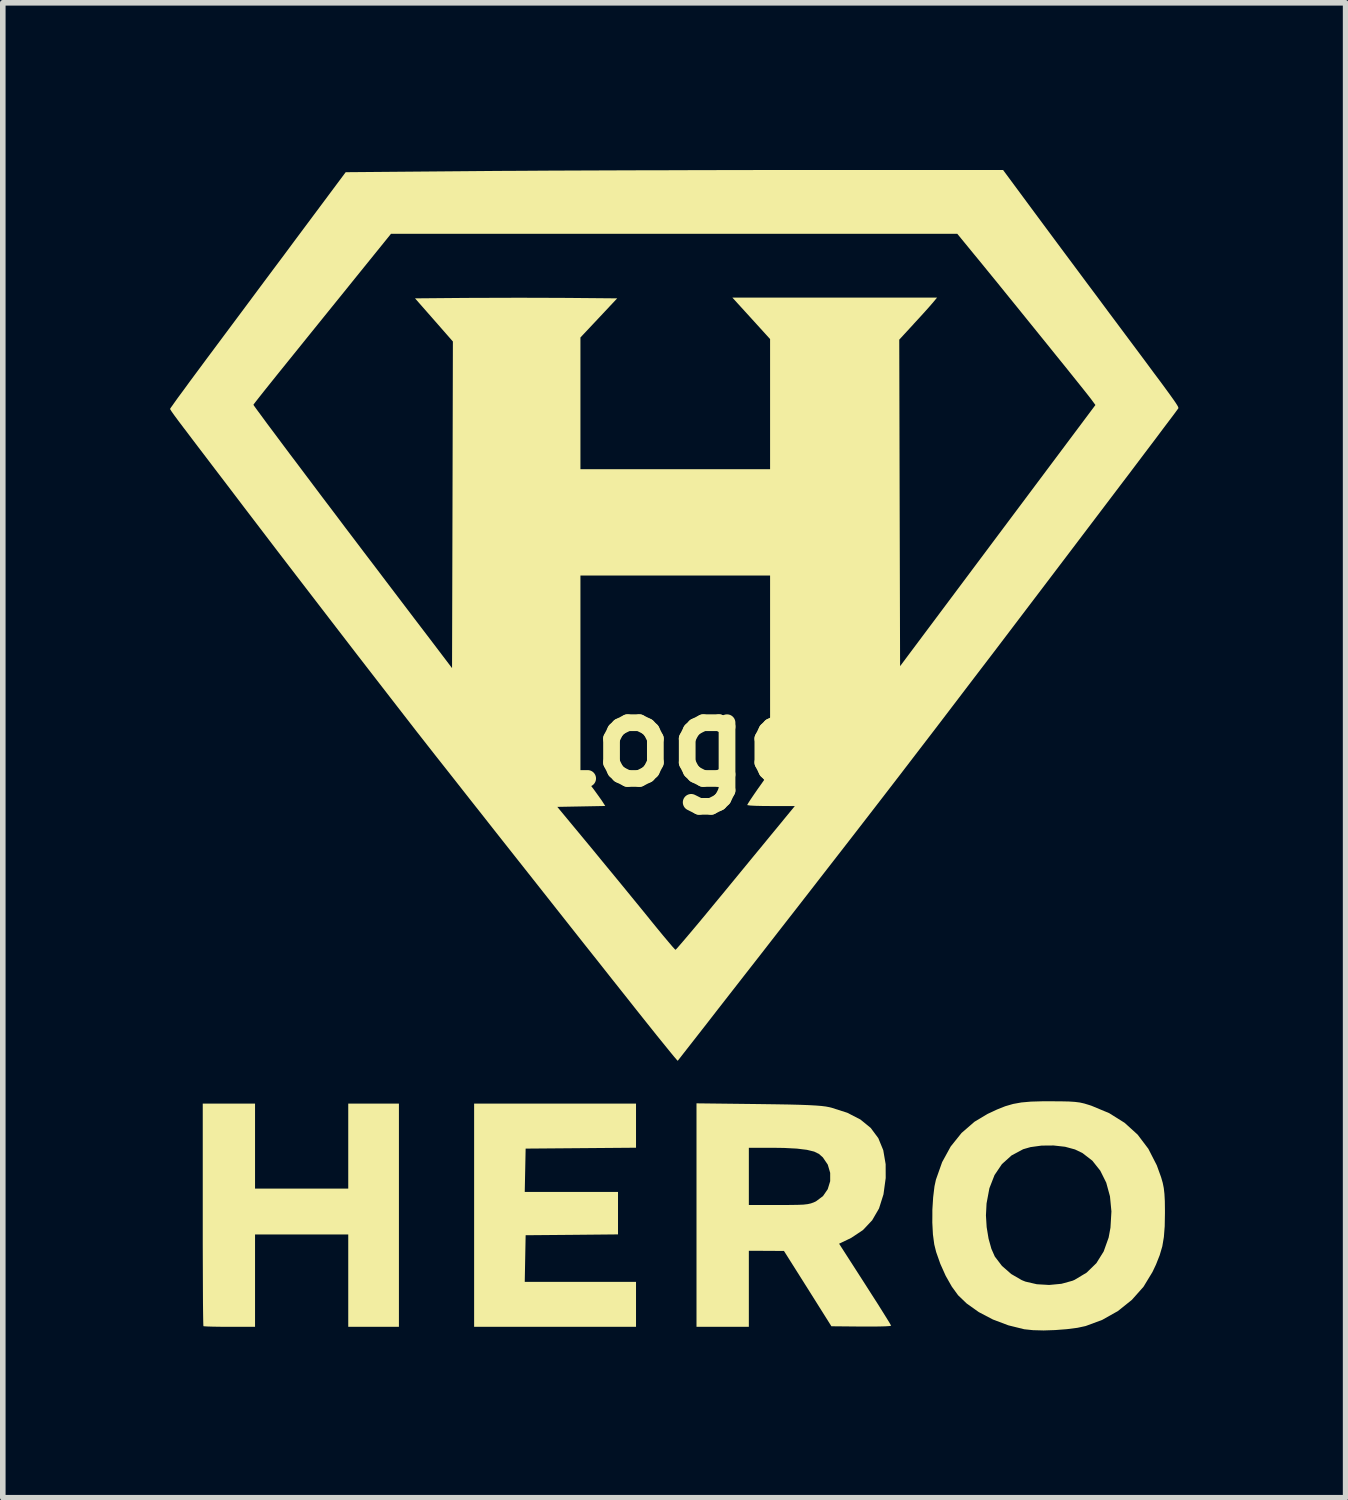
<source format=kicad_pcb>
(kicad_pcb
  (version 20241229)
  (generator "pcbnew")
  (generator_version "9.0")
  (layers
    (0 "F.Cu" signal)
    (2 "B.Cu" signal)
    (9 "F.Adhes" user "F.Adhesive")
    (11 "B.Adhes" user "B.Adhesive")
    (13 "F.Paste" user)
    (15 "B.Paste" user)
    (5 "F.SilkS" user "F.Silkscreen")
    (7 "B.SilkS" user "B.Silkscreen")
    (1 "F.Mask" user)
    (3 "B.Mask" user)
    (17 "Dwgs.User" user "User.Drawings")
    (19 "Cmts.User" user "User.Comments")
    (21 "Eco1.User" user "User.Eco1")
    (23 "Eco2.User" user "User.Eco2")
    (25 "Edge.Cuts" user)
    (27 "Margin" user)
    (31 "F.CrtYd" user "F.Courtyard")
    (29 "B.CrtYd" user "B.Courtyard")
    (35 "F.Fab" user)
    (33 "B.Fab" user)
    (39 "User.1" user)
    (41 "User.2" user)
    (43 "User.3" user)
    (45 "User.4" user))
  (footprint "Logo"
    (layer "F.Cu")
    (at 9.063 10.236)
    (property "Reference" "Logo" (at 0 0 0) (layer "F.SilkS") (effects (font (size 1.5 1.5) (thickness 0.3))))
    (attr board_only exclude_from_pos_files exclude_from_bom)
    (fp_poly (pts (xy -0.704 6.907) (xy -0.704 7.302) (xy -1.694 7.31) (xy -2.684 7.318) (xy -2.692 7.707) (xy -2.7 8.095) (xy -1.863 8.095) (xy -1.027 8.095) (xy -1.027 8.476) (xy -1.027 8.857) (xy -1.855 8.865) (xy -2.684 8.872) (xy -2.692 9.29) (xy -2.7 9.708) (xy -1.702 9.708) (xy -0.704 9.708) (xy -0.704 10.112) (xy -0.704 10.515) (xy -2.156 10.515) (xy -3.608 10.515) (xy -3.608 8.513) (xy -3.608 6.511) (xy -2.156 6.511) (xy -0.704 6.511)) (stroke (width 0) (type solid)) (fill yes) (layer "F.SilkS"))
    (fp_poly (pts (xy -7.538 7.274) (xy -7.538 8.036) (xy -6.702 8.036) (xy -5.866 8.036) (xy -5.866 7.274) (xy -5.866 6.511) (xy -5.411 6.511) (xy -4.957 6.511) (xy -4.957 8.513) (xy -4.957 10.515) (xy -5.411 10.515) (xy -5.866 10.515) (xy -5.866 9.686) (xy -5.866 8.858) (xy -6.702 8.858) (xy -7.538 8.858) (xy -7.538 9.686) (xy -7.538 10.515) (xy -7.995 10.515) (xy -8.152 10.514) (xy -8.288 10.512) (xy -8.391 10.509) (xy -8.452 10.505) (xy -8.464 10.503) (xy -8.466 10.472) (xy -8.468 10.388) (xy -8.47 10.254) (xy -8.472 10.076) (xy -8.473 9.859) (xy -8.474 9.607) (xy -8.475 9.326) (xy -8.476 9.019) (xy -8.476 8.692) (xy -8.476 8.501) (xy -8.476 6.511) (xy -8.007 6.511) (xy -7.538 6.511)) (stroke (width 0) (type solid)) (fill yes) (layer "F.SilkS"))
    (fp_poly (pts (xy 1.489 6.519) (xy 1.786 6.523) (xy 2.031 6.527) (xy 2.231 6.532) (xy 2.391 6.538) (xy 2.519 6.545) (xy 2.62 6.553) (xy 2.701 6.563) (xy 2.769 6.576) (xy 2.801 6.584) (xy 3.086 6.675) (xy 3.321 6.796) (xy 3.506 6.947) (xy 3.642 7.13) (xy 3.731 7.346) (xy 3.774 7.597) (xy 3.775 7.846) (xy 3.735 8.139) (xy 3.655 8.392) (xy 3.532 8.604) (xy 3.367 8.779) (xy 3.157 8.919) (xy 3.104 8.945) (xy 2.939 9.024) (xy 3.405 9.749) (xy 3.523 9.934) (xy 3.631 10.102) (xy 3.723 10.249) (xy 3.796 10.366) (xy 3.847 10.449) (xy 3.87 10.491) (xy 3.872 10.495) (xy 3.844 10.501) (xy 3.767 10.506) (xy 3.649 10.509) (xy 3.5 10.51) (xy 3.336 10.51) (xy 2.801 10.505) (xy 2.376 9.829) (xy 1.95 9.154) (xy 1.635 9.152) (xy 1.32 9.151) (xy 1.32 9.833) (xy 1.32 10.515) (xy 0.851 10.515) (xy 0.381 10.515) (xy 0.381 8.511) (xy 0.381 7.817) (xy 1.32 7.817) (xy 1.32 8.33) (xy 1.856 8.33) (xy 2.049 8.329) (xy 2.193 8.327) (xy 2.298 8.323) (xy 2.375 8.314) (xy 2.433 8.301) (xy 2.483 8.283) (xy 2.524 8.264) (xy 2.65 8.17) (xy 2.735 8.046) (xy 2.779 7.903) (xy 2.779 7.753) (xy 2.736 7.606) (xy 2.648 7.476) (xy 2.579 7.415) (xy 2.493 7.372) (xy 2.362 7.34) (xy 2.182 7.318) (xy 1.951 7.306) (xy 1.738 7.303) (xy 1.32 7.303) (xy 1.32 7.817) (xy 0.381 7.817) (xy 0.381 6.506)) (stroke (width 0) (type solid)) (fill yes) (layer "F.SilkS"))
    (fp_poly (pts (xy 6.919 6.47) (xy 7.06 6.473) (xy 7.169 6.48) (xy 7.257 6.491) (xy 7.337 6.509) (xy 7.422 6.535) (xy 7.465 6.549) (xy 7.784 6.682) (xy 8.06 6.855) (xy 8.294 7.067) (xy 8.486 7.321) (xy 8.638 7.618) (xy 8.715 7.831) (xy 8.744 7.931) (xy 8.763 8.025) (xy 8.775 8.13) (xy 8.782 8.259) (xy 8.784 8.428) (xy 8.784 8.476) (xy 8.78 8.71) (xy 8.765 8.903) (xy 8.737 9.07) (xy 8.69 9.23) (xy 8.623 9.399) (xy 8.56 9.532) (xy 8.399 9.797) (xy 8.191 10.031) (xy 7.942 10.231) (xy 7.658 10.391) (xy 7.361 10.501) (xy 7.212 10.533) (xy 7.024 10.557) (xy 6.816 10.573) (xy 6.608 10.58) (xy 6.418 10.575) (xy 6.265 10.559) (xy 6.262 10.559) (xy 5.975 10.488) (xy 5.699 10.384) (xy 5.445 10.251) (xy 5.227 10.096) (xy 5.074 9.949) (xy 4.961 9.794) (xy 4.851 9.6) (xy 4.755 9.386) (xy 4.68 9.173) (xy 4.646 9.036) (xy 4.622 8.857) (xy 4.611 8.644) (xy 4.612 8.517) (xy 5.573 8.517) (xy 5.586 8.727) (xy 5.62 8.933) (xy 5.671 9.116) (xy 5.732 9.254) (xy 5.86 9.422) (xy 6.027 9.568) (xy 6.215 9.677) (xy 6.282 9.704) (xy 6.486 9.751) (xy 6.708 9.764) (xy 6.928 9.743) (xy 7.124 9.689) (xy 7.162 9.673) (xy 7.379 9.543) (xy 7.554 9.373) (xy 7.685 9.163) (xy 7.774 8.914) (xy 7.807 8.736) (xy 7.824 8.445) (xy 7.798 8.174) (xy 7.731 7.929) (xy 7.624 7.714) (xy 7.482 7.535) (xy 7.305 7.398) (xy 7.17 7.333) (xy 6.993 7.285) (xy 6.786 7.262) (xy 6.572 7.264) (xy 6.373 7.291) (xy 6.241 7.329) (xy 6.032 7.441) (xy 5.86 7.596) (xy 5.727 7.793) (xy 5.635 8.029) (xy 5.584 8.302) (xy 5.573 8.517) (xy 4.612 8.517) (xy 4.612 8.416) (xy 4.626 8.193) (xy 4.65 7.995) (xy 4.676 7.875) (xy 4.787 7.561) (xy 4.941 7.28) (xy 5.136 7.037) (xy 5.368 6.836) (xy 5.602 6.696) (xy 5.771 6.617) (xy 5.919 6.558) (xy 6.06 6.517) (xy 6.21 6.49) (xy 6.381 6.475) (xy 6.589 6.469) (xy 6.731 6.469)) (stroke (width 0) (type solid)) (fill yes) (layer "F.SilkS"))
    (fp_poly (pts (xy 5.881 -10.236) (xy 6.363 -9.584) (xy 6.477 -9.43) (xy 6.62 -9.237) (xy 6.787 -9.012) (xy 6.972 -8.763) (xy 7.171 -8.496) (xy 7.376 -8.22) (xy 7.584 -7.942) (xy 7.787 -7.668) (xy 7.83 -7.611) (xy 8.065 -7.296) (xy 8.268 -7.024) (xy 8.441 -6.792) (xy 8.585 -6.597) (xy 8.705 -6.437) (xy 8.801 -6.306) (xy 8.876 -6.203) (xy 8.933 -6.123) (xy 8.974 -6.064) (xy 9.001 -6.022) (xy 9.017 -5.994) (xy 9.024 -5.976) (xy 9.025 -5.965) (xy 9.022 -5.957) (xy 9.017 -5.951) (xy 9.016 -5.95) (xy 8.995 -5.921) (xy 8.942 -5.849) (xy 8.859 -5.739) (xy 8.751 -5.596) (xy 8.621 -5.422) (xy 8.471 -5.224) (xy 8.305 -5.004) (xy 8.127 -4.768) (xy 7.99 -4.588) (xy 7.477 -3.911) (xy 6.997 -3.278) (xy 6.547 -2.685) (xy 6.124 -2.128) (xy 5.727 -1.605) (xy 5.351 -1.113) (xy 4.996 -0.647) (xy 4.658 -0.204) (xy 4.334 0.218) (xy 4.023 0.624) (xy 3.721 1.016) (xy 3.426 1.398) (xy 3.135 1.774) (xy 2.846 2.146) (xy 2.557 2.518) (xy 2.52 2.566) (xy 2.164 3.024) (xy 1.831 3.451) (xy 1.524 3.846) (xy 1.242 4.207) (xy 0.987 4.534) (xy 0.76 4.825) (xy 0.563 5.079) (xy 0.395 5.294) (xy 0.259 5.468) (xy 0.155 5.601) (xy 0.085 5.691) (xy 0.049 5.737) (xy 0.044 5.743) (xy 0.025 5.723) (xy -0.027 5.662) (xy -0.105 5.567) (xy -0.207 5.441) (xy -0.328 5.292) (xy -0.462 5.124) (xy -0.53 5.039) (xy -0.707 4.817) (xy -0.907 4.564) (xy -1.127 4.287) (xy -1.364 3.987) (xy -1.615 3.671) (xy -1.875 3.342) (xy -2.143 3.003) (xy -2.413 2.661) (xy -2.684 2.318) (xy -2.951 1.98) (xy -3.212 1.65) (xy -3.462 1.332) (xy -3.576 1.188) (xy -2.116 1.188) (xy -1.505 1.925) (xy -1.33 2.138) (xy -1.142 2.366) (xy -0.952 2.597) (xy -0.769 2.821) (xy -0.603 3.024) (xy -0.464 3.195) (xy -0.455 3.207) (xy -0.331 3.359) (xy -0.219 3.495) (xy -0.124 3.608) (xy -0.052 3.693) (xy -0.007 3.742) (xy 0.004 3.752) (xy 0.026 3.731) (xy 0.081 3.668) (xy 0.166 3.569) (xy 0.277 3.438) (xy 0.41 3.28) (xy 0.561 3.098) (xy 0.726 2.898) (xy 0.884 2.707) (xy 1.068 2.483) (xy 1.248 2.264) (xy 1.418 2.057) (xy 1.574 1.868) (xy 1.71 1.702) (xy 1.823 1.565) (xy 1.907 1.463) (xy 1.945 1.416) (xy 2.145 1.173) (xy 1.718 1.173) (xy 1.567 1.172) (xy 1.44 1.169) (xy 1.346 1.164) (xy 1.296 1.157) (xy 1.291 1.154) (xy 1.307 1.124) (xy 1.35 1.057) (xy 1.415 0.961) (xy 1.493 0.848) (xy 1.496 0.845) (xy 1.701 0.554) (xy 1.701 -1.204) (xy 1.701 -2.962) (xy 0 -2.962) (xy -1.701 -2.962) (xy -1.701 -1.203) (xy -1.701 0.556) (xy -1.53 0.784) (xy -1.449 0.892) (xy -1.377 0.992) (xy -1.323 1.068) (xy -1.307 1.092) (xy -1.256 1.172) (xy -1.686 1.18) (xy -2.116 1.188) (xy -3.576 1.188) (xy -3.699 1.032) (xy -3.919 0.752) (xy -4.119 0.498) (xy -4.296 0.274) (xy -4.445 0.084) (xy -4.564 -0.068) (xy -4.637 -0.161) (xy -4.982 -0.606) (xy -5.343 -1.072) (xy -5.712 -1.549) (xy -6.083 -2.031) (xy -6.449 -2.507) (xy -6.805 -2.97) (xy -7.144 -3.412) (xy -7.459 -3.825) (xy -7.73 -4.18) (xy -7.91 -4.417) (xy -8.088 -4.651) (xy -8.259 -4.875) (xy -8.417 -5.083) (xy -8.559 -5.269) (xy -8.678 -5.426) (xy -8.77 -5.548) (xy -8.82 -5.613) (xy -8.909 -5.731) (xy -8.983 -5.831) (xy -9.036 -5.906) (xy -9.061 -5.947) (xy -9.063 -5.95) (xy -9.046 -5.977) (xy -9.012 -6.024) (xy -7.567 -6.024) (xy -7.55 -5.999) (xy -7.501 -5.931) (xy -7.424 -5.827) (xy -7.323 -5.689) (xy -7.2 -5.525) (xy -7.06 -5.337) (xy -6.906 -5.131) (xy -6.79 -4.978) (xy -6.633 -4.769) (xy -6.485 -4.572) (xy -6.343 -4.383) (xy -6.202 -4.197) (xy -6.059 -4.008) (xy -5.911 -3.811) (xy -5.752 -3.602) (xy -5.581 -3.376) (xy -5.392 -3.128) (xy -5.183 -2.852) (xy -4.949 -2.544) (xy -4.687 -2.199) (xy -4.414 -1.841) (xy -4.004 -1.301) (xy -3.996 -4.23) (xy -3.989 -7.16) (xy -4.328 -7.547) (xy -4.668 -7.934) (xy -3.755 -7.942) (xy -3.466 -7.943) (xy -3.141 -7.944) (xy -2.799 -7.945) (xy -2.46 -7.944) (xy -2.145 -7.943) (xy -1.941 -7.942) (xy -1.042 -7.934) (xy -1.371 -7.583) (xy -1.701 -7.232) (xy -1.701 -6.05) (xy -1.701 -4.869) (xy 0 -4.869) (xy 1.701 -4.869) (xy 1.701 -6.036) (xy 1.701 -7.204) (xy 1.363 -7.576) (xy 1.024 -7.948) (xy 2.861 -7.948) (xy 4.697 -7.948) (xy 4.614 -7.849) (xy 4.562 -7.789) (xy 4.481 -7.698) (xy 4.382 -7.589) (xy 4.276 -7.474) (xy 4.275 -7.472) (xy 4.018 -7.193) (xy 4.025 -4.265) (xy 4.033 -1.336) (xy 5.785 -3.679) (xy 7.537 -6.021) (xy 7.456 -6.131) (xy 7.421 -6.176) (xy 7.354 -6.261) (xy 7.258 -6.381) (xy 7.137 -6.532) (xy 6.996 -6.708) (xy 6.838 -6.903) (xy 6.668 -7.114) (xy 6.49 -7.334) (xy 6.308 -7.559) (xy 6.126 -7.784) (xy 5.949 -8.002) (xy 5.78 -8.211) (xy 5.623 -8.403) (xy 5.483 -8.575) (xy 5.367 -8.716) (xy 5.059 -9.092) (xy -0.02 -9.092) (xy -5.099 -9.092) (xy -5.754 -8.282) (xy -5.941 -8.05) (xy -6.148 -7.794) (xy -6.364 -7.527) (xy -6.578 -7.262) (xy -6.778 -7.014) (xy -6.955 -6.795) (xy -6.988 -6.754) (xy -7.13 -6.578) (xy -7.259 -6.417) (xy -7.372 -6.276) (xy -7.463 -6.161) (xy -7.528 -6.078) (xy -7.563 -6.032) (xy -7.567 -6.024) (xy -9.012 -6.024) (xy -8.997 -6.046) (xy -8.922 -6.151) (xy -8.822 -6.286) (xy -8.704 -6.448) (xy -8.569 -6.63) (xy -8.423 -6.827) (xy -8.418 -6.834) (xy -8.265 -7.039) (xy -8.084 -7.282) (xy -7.882 -7.553) (xy -7.666 -7.843) (xy -7.443 -8.143) (xy -7.22 -8.442) (xy -7.003 -8.732) (xy -6.843 -8.948) (xy -5.912 -10.197) (xy -3.538 -10.217) (xy -3.176 -10.22) (xy -2.763 -10.222) (xy -2.307 -10.225) (xy -1.815 -10.227) (xy -1.296 -10.229) (xy -0.755 -10.231) (xy -0.202 -10.232) (xy 0.356 -10.234) (xy 0.911 -10.235) (xy 1.457 -10.236) (xy 1.984 -10.236) (xy 2.359 -10.236)) (stroke (width 0) (type solid)) (fill yes) (layer "F.SilkS")))
  (gr_rect
    (start -3 -3)
    (end 21.088 23.816)
    (stroke (width 0.1) (type default))
    (fill no)
    (layer "Edge.Cuts")))
</source>
